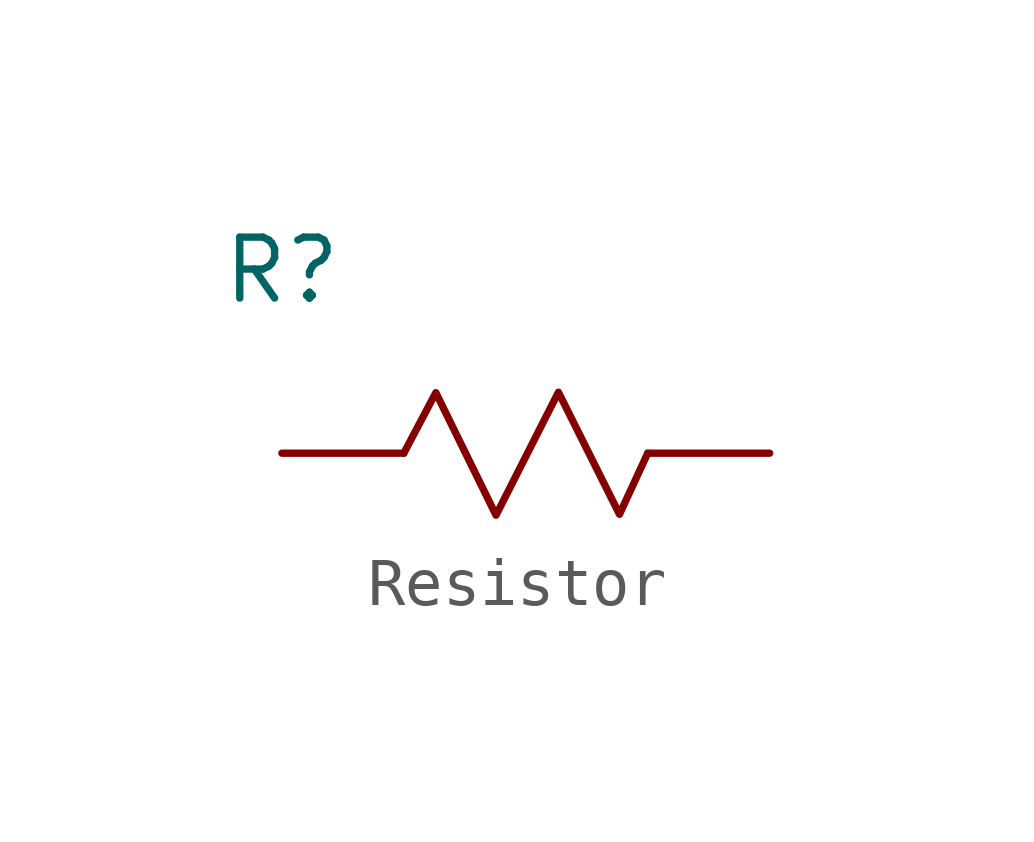
<source format=kicad_sym>
(kicad_symbol_lib
  (version 20220914)
  (generator kicad_symbol_editor)
  (symbol "Resistor"
    (pin_numbers hide)
    (pin_names hide)
    (property "Reference" "R"
      (at 0 3.81 0)
      (effects (font (size 1.27 1.27))))
    (property "Value" ""
      (at 0 3.81 0)
      (effects (font (size 1.27 1.27))))
    (symbol "Resistor_0_1"
      (polyline (pts (xy 2.54 0) (xy 3.207 1.261) (xy 4.46 -1.292) (xy 5.76 1.27) (xy 7.032 -1.273) (xy 7.62 0)) (stroke (width 0) (type default)) (fill (type none))))
    (symbol "Resistor_1_1"
      (pin passive line (at 0 0 0) (length 2.54) (name "" (effects (font (size 1.27 1.27)))) (number "1" (effects (font (size 1.27 1.27)))))
      (pin passive line (at 10.16 0 180) (length 2.54) (name "" (effects (font (size 1.27 1.27)))) (number "2" (effects (font (size 1.27 1.27))))))))
</source>
